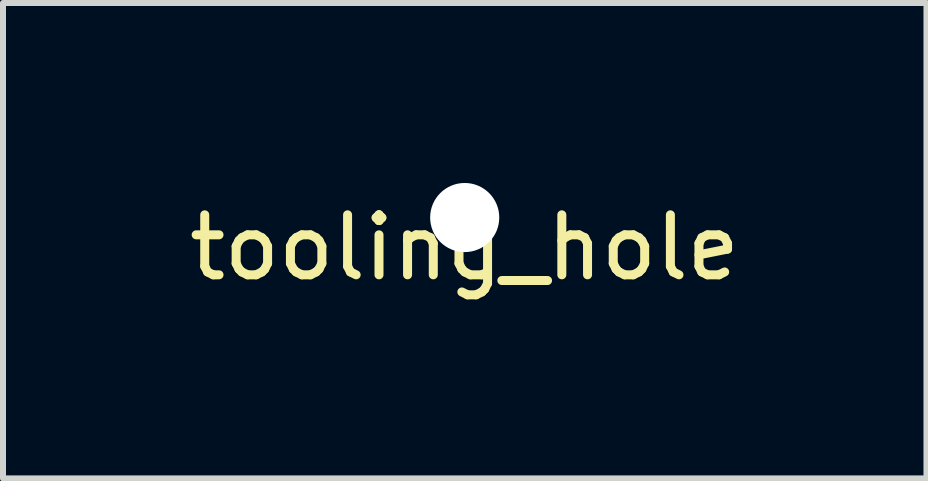
<source format=kicad_pcb>
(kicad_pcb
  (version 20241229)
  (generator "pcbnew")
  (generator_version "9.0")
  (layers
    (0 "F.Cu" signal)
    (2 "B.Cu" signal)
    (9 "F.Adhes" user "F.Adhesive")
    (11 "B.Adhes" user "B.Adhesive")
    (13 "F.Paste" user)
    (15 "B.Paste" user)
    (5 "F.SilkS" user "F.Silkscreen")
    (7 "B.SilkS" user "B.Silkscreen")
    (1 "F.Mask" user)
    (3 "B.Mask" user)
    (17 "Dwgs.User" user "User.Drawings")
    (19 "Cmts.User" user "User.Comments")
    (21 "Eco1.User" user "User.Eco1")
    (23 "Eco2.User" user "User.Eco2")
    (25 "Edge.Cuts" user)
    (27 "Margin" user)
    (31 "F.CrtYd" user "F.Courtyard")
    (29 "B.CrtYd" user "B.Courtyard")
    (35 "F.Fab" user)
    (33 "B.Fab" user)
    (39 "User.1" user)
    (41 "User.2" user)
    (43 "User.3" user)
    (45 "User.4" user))
  (footprint "tooling_hole"
    (layer "F.Cu")
    (at 4.696 0.576)
    (property "Reference" "tooling_hole" (at 0 0.5 0) (layer "F.SilkS") (effects (font (size 1 1) (thickness 0.15))))
    (attr through_hole)
    (pad "" np_thru_hole circle (at 0 0) (size 1.152 1.152) (drill 1.152) (layers "*.Cu" "*.Mask")))
  (gr_rect
    (start -3 -3)
    (end 12.393 4.924)
    (stroke (width 0.1) (type default))
    (fill no)
    (layer "Edge.Cuts")))
</source>
